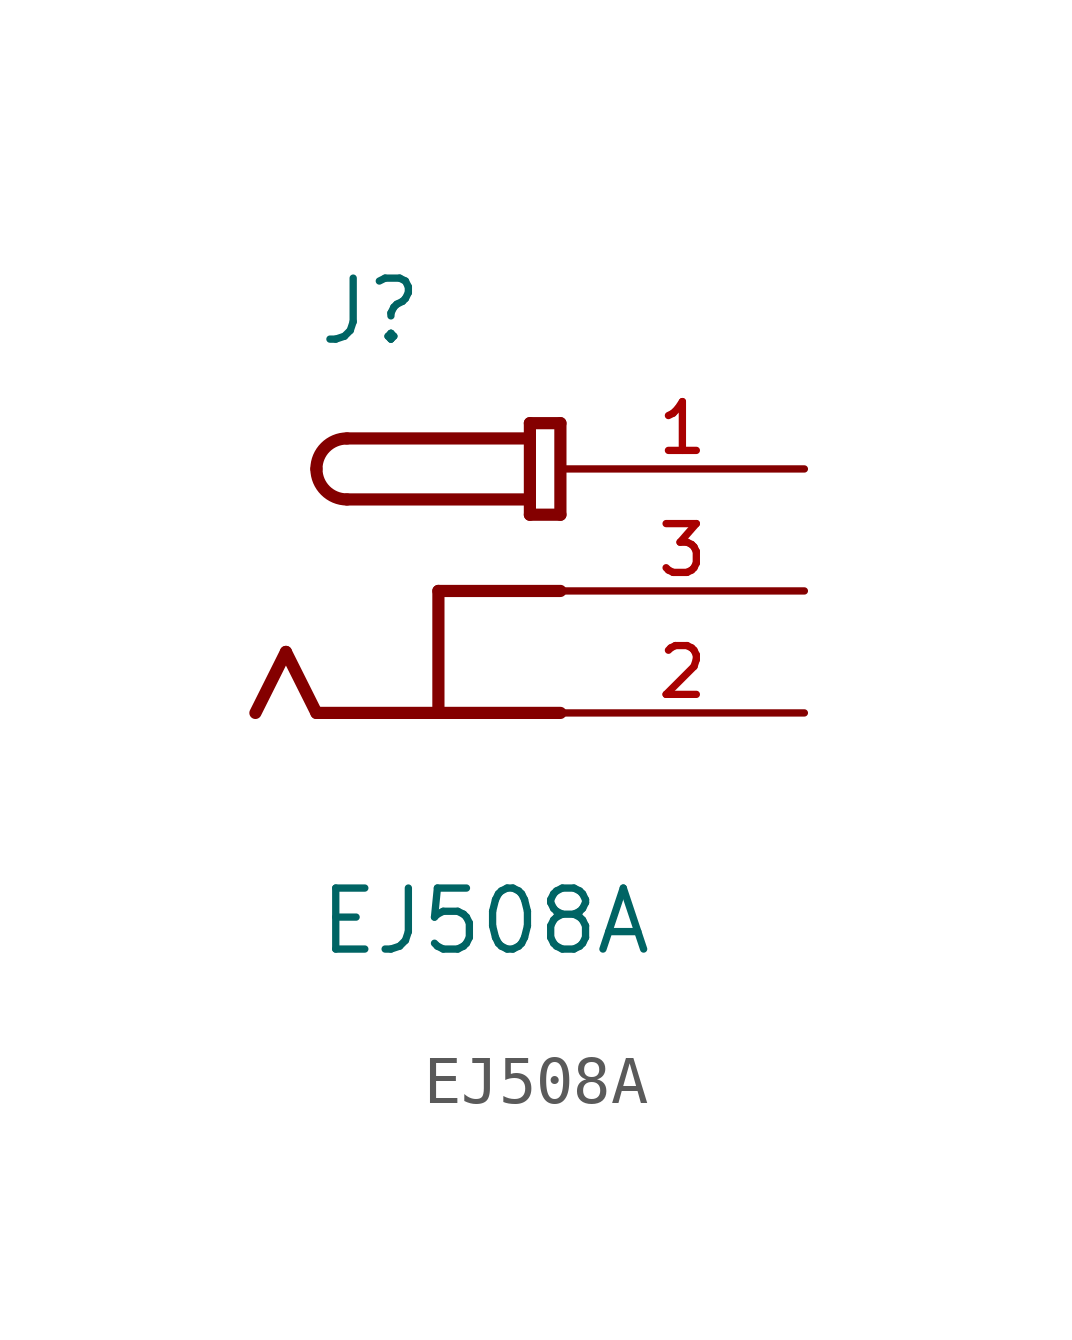
<source format=kicad_sym>
(kicad_symbol_lib
  (version 20211014)
  (generator kicad_symbol_editor)
  (symbol "EJ508A"
    (pin_names
      (offset 1.016))
    (property "Reference" "J"
      (at -5.08 5.08 0)
      (effects (font (size 1.27 1.27)) (justify bottom left)))
    (property "Value" "EJ508A"
      (at -5.08 -7.62 0)
      (effects (font (size 1.27 1.27)) (justify bottom left)))
    (symbol "EJ508A_0_0"
      (polyline (pts (xy 0.0 3.493) (xy 0.0 1.587)) (stroke (width 0.254)))
      (polyline (pts (xy 0.0 1.587) (xy -0.635 1.587)) (stroke (width 0.254)))
      (polyline (pts (xy -0.635 1.587) (xy -0.635 1.905)) (stroke (width 0.254)))
      (polyline (pts (xy -0.635 1.905) (xy -0.635 3.175)) (stroke (width 0.254)))
      (polyline (pts (xy -0.635 3.175) (xy -0.635 3.493)) (stroke (width 0.254)))
      (polyline (pts (xy -0.635 3.493) (xy 0.0 3.493)) (stroke (width 0.254)))
      (polyline (pts (xy -0.635 3.175) (xy -4.445 3.175)) (stroke (width 0.254)))
      (arc (start -5.08 2.54) (mid -4.894 2.989) (end -4.445 3.175) (stroke (width 0.254) (type default) (color 0 0 0 0)) (fill (type none)))
      (arc (start -4.445 1.905) (mid -4.894 2.091) (end -5.08 2.54) (stroke (width 0.254) (type default) (color 0 0 0 0)) (fill (type none)))
      (polyline (pts (xy -4.445 1.905) (xy -0.635 1.905)) (stroke (width 0.254)))
      (polyline (pts (xy 0.0 -2.54) (xy -2.54 -2.54)) (stroke (width 0.254)))
      (polyline (pts (xy -2.54 -2.54) (xy -5.08 -2.54)) (stroke (width 0.254)))
      (polyline (pts (xy -5.08 -2.54) (xy -5.715 -1.27)) (stroke (width 0.254)))
      (polyline (pts (xy -5.715 -1.27) (xy -6.35 -2.54)) (stroke (width 0.254)))
      (polyline (pts (xy 0.0 0.0) (xy -2.54 0.0)) (stroke (width 0.254)))
      (polyline (pts (xy -2.54 0.0) (xy -2.54 -2.54)) (stroke (width 0.254)))
      (pin passive line (at 5.08 2.54 180.0) (length 5.08) (name "~" (effects (font (size 1.016 1.016)))) (number "1" (effects (font (size 1.016 1.016)))))
      (pin passive line (at 5.08 0.0 180.0) (length 5.08) (name "~" (effects (font (size 1.016 1.016)))) (number "3" (effects (font (size 1.016 1.016)))))
      (pin passive line (at 5.08 -2.54 180.0) (length 5.08) (name "~" (effects (font (size 1.016 1.016)))) (number "2" (effects (font (size 1.016 1.016))))))))
</source>
